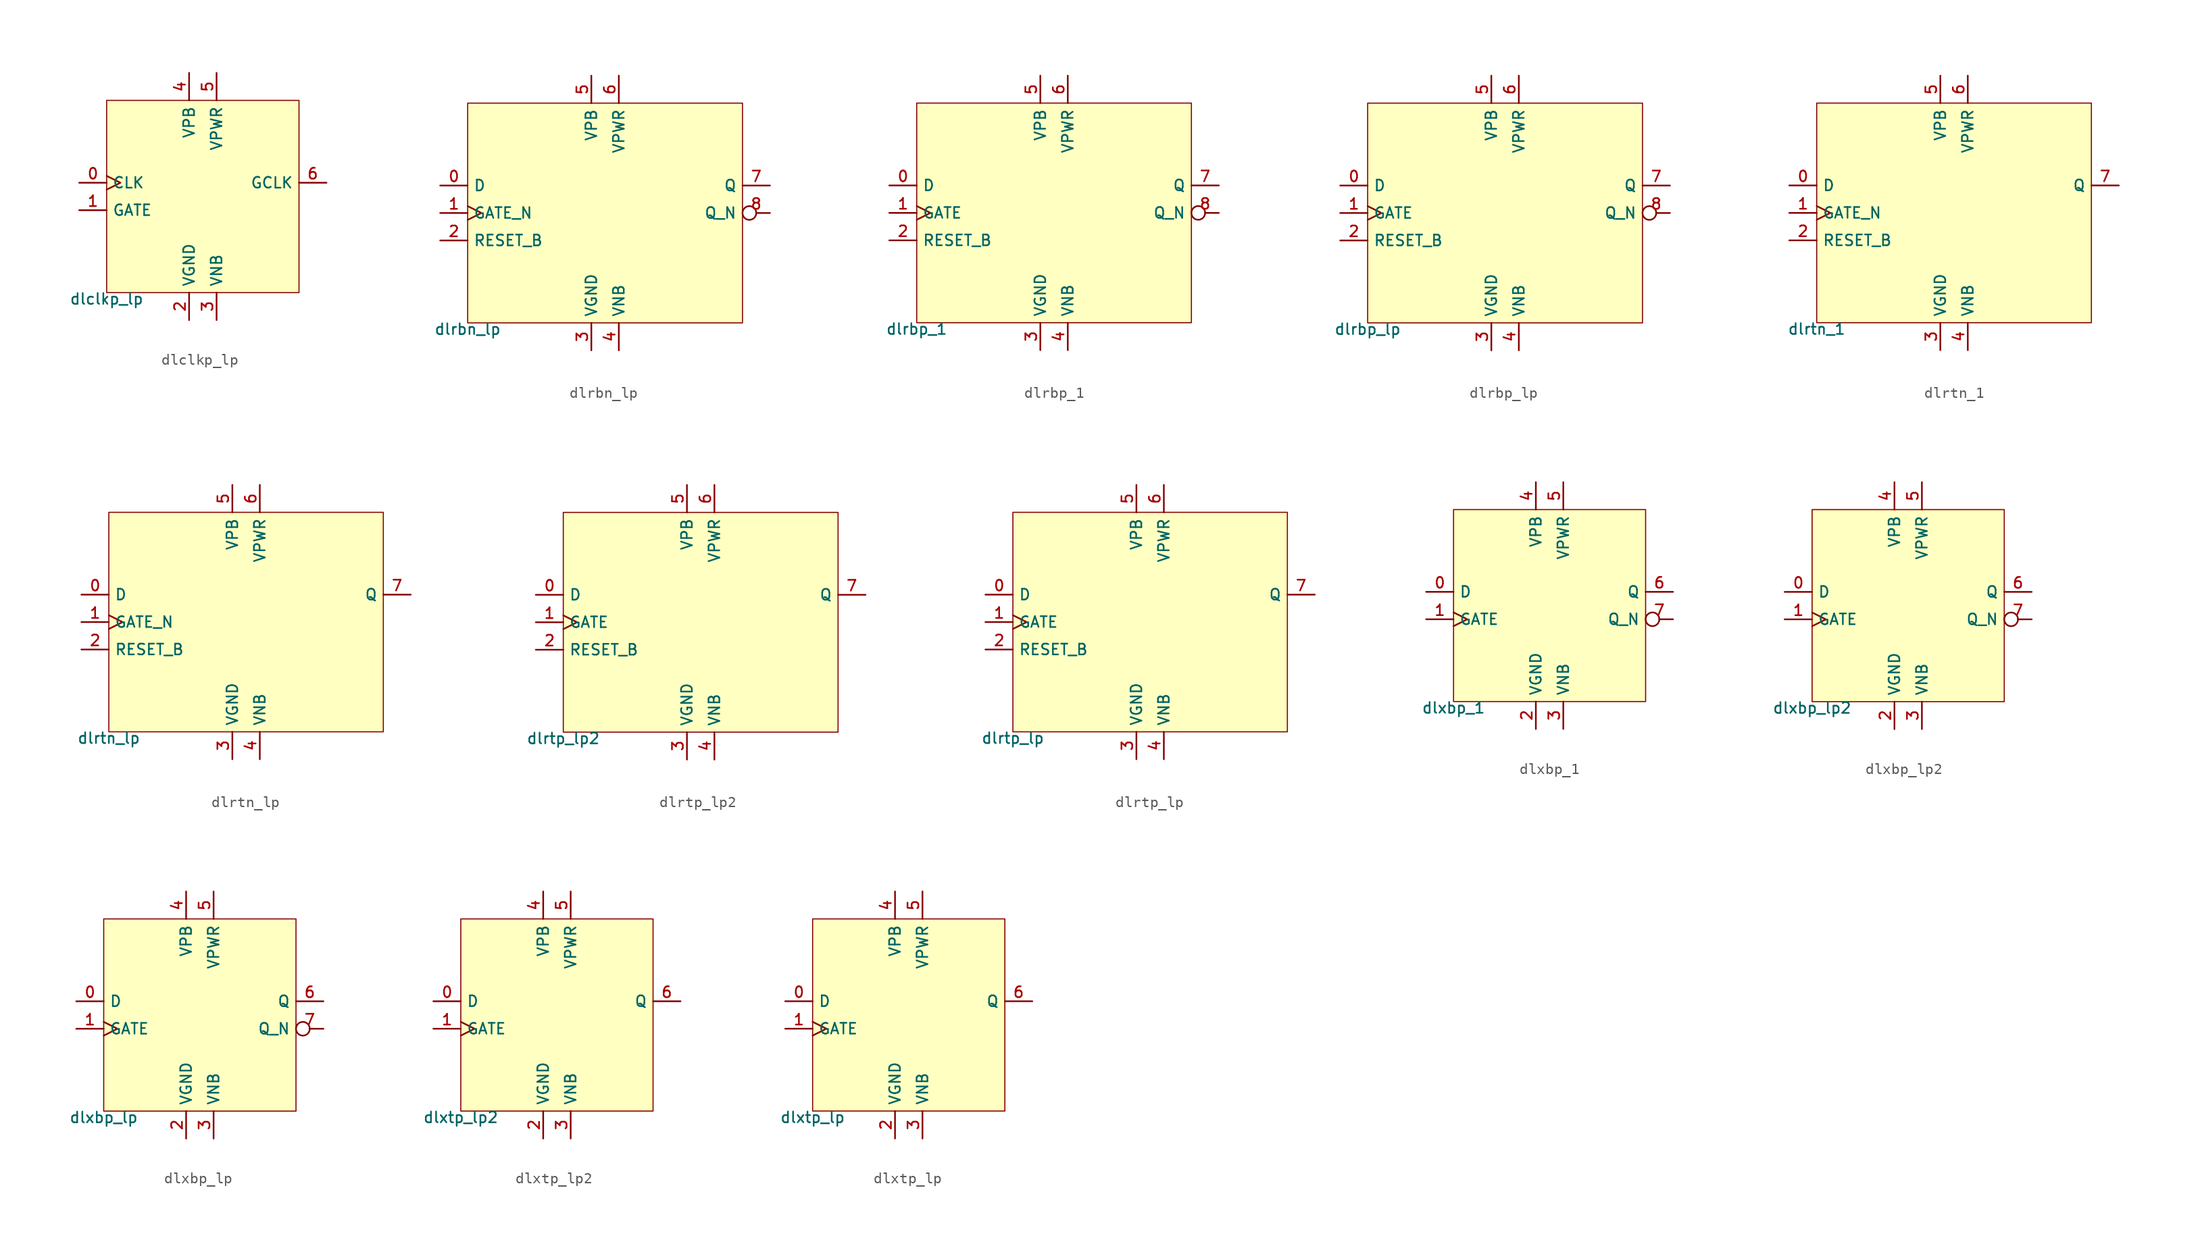
<source format=kicad_sym>
(kicad_symbol_lib
  (version 20211014)
  (generator pdk2kicad)
  (symbol "dlclkp_lp"
    (property "Reference" "X"
      (at 0 0 0)
      (effects (font (size 1 1)) hide))
    (property "Value" "dlclkp_lp"
      (at -8.89 -8.89 0)
      (effects (font (size 1 1)) (justify top)))
    (rectangle
      (start -8.89 -8.89)
      (end 8.89 8.89)
      (stroke (width 0.1) (type solid) (color 0 0 0 0))
      (fill (type background)))
    (pin input clock
      (at -11.43 1.27 0)
      (length 2.54)
      (name "CLK" (effects (font (size 1 1)) hide))
      (number "0" (effects (font (size 1 1)) hide)))
    (pin input line
      (at -11.43 -1.27 0)
      (length 2.54)
      (name "GATE" (effects (font (size 1 1)) hide))
      (number "1" (effects (font (size 1 1)) hide)))
    (pin power_in line
      (at -1.27 -11.43 90)
      (length 2.54)
      (name "VGND" (effects (font (size 1 1)) hide))
      (number "2" (effects (font (size 1 1)) hide)))
    (pin power_in line
      (at 1.27 -11.43 90)
      (length 2.54)
      (name "VNB" (effects (font (size 1 1)) hide))
      (number "3" (effects (font (size 1 1)) hide)))
    (pin power_in line
      (at -1.27 11.43 270)
      (length 2.54)
      (name "VPB" (effects (font (size 1 1)) hide))
      (number "4" (effects (font (size 1 1)) hide)))
    (pin power_in line
      (at 1.27 11.43 270)
      (length 2.54)
      (name "VPWR" (effects (font (size 1 1)) hide))
      (number "5" (effects (font (size 1 1)) hide)))
    (pin output line
      (at 11.43 1.27 180)
      (length 2.54)
      (name "GCLK" (effects (font (size 1 1)) hide))
      (number "6" (effects (font (size 1 1)) hide))))
  (symbol "dlrbn_lp"
    (property "Reference" "X"
      (at 0 0 0)
      (effects (font (size 1 1)) hide))
    (property "Value" "dlrbn_lp"
      (at -12.7 -10.16 0)
      (effects (font (size 1 1)) (justify top)))
    (rectangle
      (start -12.7 -10.16)
      (end 12.7 10.16)
      (stroke (width 0.1) (type solid) (color 0 0 0 0))
      (fill (type background)))
    (pin input line
      (at -15.24 2.54 0)
      (length 2.54)
      (name "D" (effects (font (size 1 1)) hide))
      (number "0" (effects (font (size 1 1)) hide)))
    (pin input clock
      (at -15.24 0.0 0)
      (length 2.54)
      (name "GATE_N" (effects (font (size 1 1)) hide))
      (number "1" (effects (font (size 1 1)) hide)))
    (pin input line
      (at -15.24 -2.54 0)
      (length 2.54)
      (name "RESET_B" (effects (font (size 1 1)) hide))
      (number "2" (effects (font (size 1 1)) hide)))
    (pin power_in line
      (at -1.27 -12.7 90)
      (length 2.54)
      (name "VGND" (effects (font (size 1 1)) hide))
      (number "3" (effects (font (size 1 1)) hide)))
    (pin power_in line
      (at 1.27 -12.7 90)
      (length 2.54)
      (name "VNB" (effects (font (size 1 1)) hide))
      (number "4" (effects (font (size 1 1)) hide)))
    (pin power_in line
      (at -1.27 12.7 270)
      (length 2.54)
      (name "VPB" (effects (font (size 1 1)) hide))
      (number "5" (effects (font (size 1 1)) hide)))
    (pin power_in line
      (at 1.27 12.7 270)
      (length 2.54)
      (name "VPWR" (effects (font (size 1 1)) hide))
      (number "6" (effects (font (size 1 1)) hide)))
    (pin output line
      (at 15.24 2.54 180)
      (length 2.54)
      (name "Q" (effects (font (size 1 1)) hide))
      (number "7" (effects (font (size 1 1)) hide)))
    (pin output inverted
      (at 15.24 0.0 180)
      (length 2.54)
      (name "Q_N" (effects (font (size 1 1)) hide))
      (number "8" (effects (font (size 1 1)) hide))))
  (symbol "dlrbp_1"
    (property "Reference" "X"
      (at 0 0 0)
      (effects (font (size 1 1)) hide))
    (property "Value" "dlrbp_1"
      (at -12.7 -10.16 0)
      (effects (font (size 1 1)) (justify top)))
    (rectangle
      (start -12.7 -10.16)
      (end 12.7 10.16)
      (stroke (width 0.1) (type solid) (color 0 0 0 0))
      (fill (type background)))
    (pin input line
      (at -15.24 2.54 0)
      (length 2.54)
      (name "D" (effects (font (size 1 1)) hide))
      (number "0" (effects (font (size 1 1)) hide)))
    (pin input clock
      (at -15.24 0.0 0)
      (length 2.54)
      (name "GATE" (effects (font (size 1 1)) hide))
      (number "1" (effects (font (size 1 1)) hide)))
    (pin input line
      (at -15.24 -2.54 0)
      (length 2.54)
      (name "RESET_B" (effects (font (size 1 1)) hide))
      (number "2" (effects (font (size 1 1)) hide)))
    (pin power_in line
      (at -1.27 -12.7 90)
      (length 2.54)
      (name "VGND" (effects (font (size 1 1)) hide))
      (number "3" (effects (font (size 1 1)) hide)))
    (pin power_in line
      (at 1.27 -12.7 90)
      (length 2.54)
      (name "VNB" (effects (font (size 1 1)) hide))
      (number "4" (effects (font (size 1 1)) hide)))
    (pin power_in line
      (at -1.27 12.7 270)
      (length 2.54)
      (name "VPB" (effects (font (size 1 1)) hide))
      (number "5" (effects (font (size 1 1)) hide)))
    (pin power_in line
      (at 1.27 12.7 270)
      (length 2.54)
      (name "VPWR" (effects (font (size 1 1)) hide))
      (number "6" (effects (font (size 1 1)) hide)))
    (pin output line
      (at 15.24 2.54 180)
      (length 2.54)
      (name "Q" (effects (font (size 1 1)) hide))
      (number "7" (effects (font (size 1 1)) hide)))
    (pin output inverted
      (at 15.24 0.0 180)
      (length 2.54)
      (name "Q_N" (effects (font (size 1 1)) hide))
      (number "8" (effects (font (size 1 1)) hide))))
  (symbol "dlrbp_lp"
    (property "Reference" "X"
      (at 0 0 0)
      (effects (font (size 1 1)) hide))
    (property "Value" "dlrbp_lp"
      (at -12.7 -10.16 0)
      (effects (font (size 1 1)) (justify top)))
    (rectangle
      (start -12.7 -10.16)
      (end 12.7 10.16)
      (stroke (width 0.1) (type solid) (color 0 0 0 0))
      (fill (type background)))
    (pin input line
      (at -15.24 2.54 0)
      (length 2.54)
      (name "D" (effects (font (size 1 1)) hide))
      (number "0" (effects (font (size 1 1)) hide)))
    (pin input clock
      (at -15.24 0.0 0)
      (length 2.54)
      (name "GATE" (effects (font (size 1 1)) hide))
      (number "1" (effects (font (size 1 1)) hide)))
    (pin input line
      (at -15.24 -2.54 0)
      (length 2.54)
      (name "RESET_B" (effects (font (size 1 1)) hide))
      (number "2" (effects (font (size 1 1)) hide)))
    (pin power_in line
      (at -1.27 -12.7 90)
      (length 2.54)
      (name "VGND" (effects (font (size 1 1)) hide))
      (number "3" (effects (font (size 1 1)) hide)))
    (pin power_in line
      (at 1.27 -12.7 90)
      (length 2.54)
      (name "VNB" (effects (font (size 1 1)) hide))
      (number "4" (effects (font (size 1 1)) hide)))
    (pin power_in line
      (at -1.27 12.7 270)
      (length 2.54)
      (name "VPB" (effects (font (size 1 1)) hide))
      (number "5" (effects (font (size 1 1)) hide)))
    (pin power_in line
      (at 1.27 12.7 270)
      (length 2.54)
      (name "VPWR" (effects (font (size 1 1)) hide))
      (number "6" (effects (font (size 1 1)) hide)))
    (pin output line
      (at 15.24 2.54 180)
      (length 2.54)
      (name "Q" (effects (font (size 1 1)) hide))
      (number "7" (effects (font (size 1 1)) hide)))
    (pin output inverted
      (at 15.24 0.0 180)
      (length 2.54)
      (name "Q_N" (effects (font (size 1 1)) hide))
      (number "8" (effects (font (size 1 1)) hide))))
  (symbol "dlrtn_1"
    (property "Reference" "X"
      (at 0 0 0)
      (effects (font (size 1 1)) hide))
    (property "Value" "dlrtn_1"
      (at -12.7 -10.16 0)
      (effects (font (size 1 1)) (justify top)))
    (rectangle
      (start -12.7 -10.16)
      (end 12.7 10.16)
      (stroke (width 0.1) (type solid) (color 0 0 0 0))
      (fill (type background)))
    (pin input line
      (at -15.24 2.54 0)
      (length 2.54)
      (name "D" (effects (font (size 1 1)) hide))
      (number "0" (effects (font (size 1 1)) hide)))
    (pin input clock
      (at -15.24 0.0 0)
      (length 2.54)
      (name "GATE_N" (effects (font (size 1 1)) hide))
      (number "1" (effects (font (size 1 1)) hide)))
    (pin input line
      (at -15.24 -2.54 0)
      (length 2.54)
      (name "RESET_B" (effects (font (size 1 1)) hide))
      (number "2" (effects (font (size 1 1)) hide)))
    (pin power_in line
      (at -1.27 -12.7 90)
      (length 2.54)
      (name "VGND" (effects (font (size 1 1)) hide))
      (number "3" (effects (font (size 1 1)) hide)))
    (pin power_in line
      (at 1.27 -12.7 90)
      (length 2.54)
      (name "VNB" (effects (font (size 1 1)) hide))
      (number "4" (effects (font (size 1 1)) hide)))
    (pin power_in line
      (at -1.27 12.7 270)
      (length 2.54)
      (name "VPB" (effects (font (size 1 1)) hide))
      (number "5" (effects (font (size 1 1)) hide)))
    (pin power_in line
      (at 1.27 12.7 270)
      (length 2.54)
      (name "VPWR" (effects (font (size 1 1)) hide))
      (number "6" (effects (font (size 1 1)) hide)))
    (pin output line
      (at 15.24 2.54 180)
      (length 2.54)
      (name "Q" (effects (font (size 1 1)) hide))
      (number "7" (effects (font (size 1 1)) hide))))
  (symbol "dlrtn_lp"
    (property "Reference" "X"
      (at 0 0 0)
      (effects (font (size 1 1)) hide))
    (property "Value" "dlrtn_lp"
      (at -12.7 -10.16 0)
      (effects (font (size 1 1)) (justify top)))
    (rectangle
      (start -12.7 -10.16)
      (end 12.7 10.16)
      (stroke (width 0.1) (type solid) (color 0 0 0 0))
      (fill (type background)))
    (pin input line
      (at -15.24 2.54 0)
      (length 2.54)
      (name "D" (effects (font (size 1 1)) hide))
      (number "0" (effects (font (size 1 1)) hide)))
    (pin input clock
      (at -15.24 0.0 0)
      (length 2.54)
      (name "GATE_N" (effects (font (size 1 1)) hide))
      (number "1" (effects (font (size 1 1)) hide)))
    (pin input line
      (at -15.24 -2.54 0)
      (length 2.54)
      (name "RESET_B" (effects (font (size 1 1)) hide))
      (number "2" (effects (font (size 1 1)) hide)))
    (pin power_in line
      (at -1.27 -12.7 90)
      (length 2.54)
      (name "VGND" (effects (font (size 1 1)) hide))
      (number "3" (effects (font (size 1 1)) hide)))
    (pin power_in line
      (at 1.27 -12.7 90)
      (length 2.54)
      (name "VNB" (effects (font (size 1 1)) hide))
      (number "4" (effects (font (size 1 1)) hide)))
    (pin power_in line
      (at -1.27 12.7 270)
      (length 2.54)
      (name "VPB" (effects (font (size 1 1)) hide))
      (number "5" (effects (font (size 1 1)) hide)))
    (pin power_in line
      (at 1.27 12.7 270)
      (length 2.54)
      (name "VPWR" (effects (font (size 1 1)) hide))
      (number "6" (effects (font (size 1 1)) hide)))
    (pin output line
      (at 15.24 2.54 180)
      (length 2.54)
      (name "Q" (effects (font (size 1 1)) hide))
      (number "7" (effects (font (size 1 1)) hide))))
  (symbol "dlrtp_lp2"
    (property "Reference" "X"
      (at 0 0 0)
      (effects (font (size 1 1)) hide))
    (property "Value" "dlrtp_lp2"
      (at -12.7 -10.16 0)
      (effects (font (size 1 1)) (justify top)))
    (rectangle
      (start -12.7 -10.16)
      (end 12.7 10.16)
      (stroke (width 0.1) (type solid) (color 0 0 0 0))
      (fill (type background)))
    (pin input line
      (at -15.24 2.54 0)
      (length 2.54)
      (name "D" (effects (font (size 1 1)) hide))
      (number "0" (effects (font (size 1 1)) hide)))
    (pin input clock
      (at -15.24 0.0 0)
      (length 2.54)
      (name "GATE" (effects (font (size 1 1)) hide))
      (number "1" (effects (font (size 1 1)) hide)))
    (pin input line
      (at -15.24 -2.54 0)
      (length 2.54)
      (name "RESET_B" (effects (font (size 1 1)) hide))
      (number "2" (effects (font (size 1 1)) hide)))
    (pin power_in line
      (at -1.27 -12.7 90)
      (length 2.54)
      (name "VGND" (effects (font (size 1 1)) hide))
      (number "3" (effects (font (size 1 1)) hide)))
    (pin power_in line
      (at 1.27 -12.7 90)
      (length 2.54)
      (name "VNB" (effects (font (size 1 1)) hide))
      (number "4" (effects (font (size 1 1)) hide)))
    (pin power_in line
      (at -1.27 12.7 270)
      (length 2.54)
      (name "VPB" (effects (font (size 1 1)) hide))
      (number "5" (effects (font (size 1 1)) hide)))
    (pin power_in line
      (at 1.27 12.7 270)
      (length 2.54)
      (name "VPWR" (effects (font (size 1 1)) hide))
      (number "6" (effects (font (size 1 1)) hide)))
    (pin output line
      (at 15.24 2.54 180)
      (length 2.54)
      (name "Q" (effects (font (size 1 1)) hide))
      (number "7" (effects (font (size 1 1)) hide))))
  (symbol "dlrtp_lp"
    (property "Reference" "X"
      (at 0 0 0)
      (effects (font (size 1 1)) hide))
    (property "Value" "dlrtp_lp"
      (at -12.7 -10.16 0)
      (effects (font (size 1 1)) (justify top)))
    (rectangle
      (start -12.7 -10.16)
      (end 12.7 10.16)
      (stroke (width 0.1) (type solid) (color 0 0 0 0))
      (fill (type background)))
    (pin input line
      (at -15.24 2.54 0)
      (length 2.54)
      (name "D" (effects (font (size 1 1)) hide))
      (number "0" (effects (font (size 1 1)) hide)))
    (pin input clock
      (at -15.24 0.0 0)
      (length 2.54)
      (name "GATE" (effects (font (size 1 1)) hide))
      (number "1" (effects (font (size 1 1)) hide)))
    (pin input line
      (at -15.24 -2.54 0)
      (length 2.54)
      (name "RESET_B" (effects (font (size 1 1)) hide))
      (number "2" (effects (font (size 1 1)) hide)))
    (pin power_in line
      (at -1.27 -12.7 90)
      (length 2.54)
      (name "VGND" (effects (font (size 1 1)) hide))
      (number "3" (effects (font (size 1 1)) hide)))
    (pin power_in line
      (at 1.27 -12.7 90)
      (length 2.54)
      (name "VNB" (effects (font (size 1 1)) hide))
      (number "4" (effects (font (size 1 1)) hide)))
    (pin power_in line
      (at -1.27 12.7 270)
      (length 2.54)
      (name "VPB" (effects (font (size 1 1)) hide))
      (number "5" (effects (font (size 1 1)) hide)))
    (pin power_in line
      (at 1.27 12.7 270)
      (length 2.54)
      (name "VPWR" (effects (font (size 1 1)) hide))
      (number "6" (effects (font (size 1 1)) hide)))
    (pin output line
      (at 15.24 2.54 180)
      (length 2.54)
      (name "Q" (effects (font (size 1 1)) hide))
      (number "7" (effects (font (size 1 1)) hide))))
  (symbol "dlxbp_1"
    (property "Reference" "X"
      (at 0 0 0)
      (effects (font (size 1 1)) hide))
    (property "Value" "dlxbp_1"
      (at -8.89 -8.89 0)
      (effects (font (size 1 1)) (justify top)))
    (rectangle
      (start -8.89 -8.89)
      (end 8.89 8.89)
      (stroke (width 0.1) (type solid) (color 0 0 0 0))
      (fill (type background)))
    (pin input line
      (at -11.43 1.27 0)
      (length 2.54)
      (name "D" (effects (font (size 1 1)) hide))
      (number "0" (effects (font (size 1 1)) hide)))
    (pin input clock
      (at -11.43 -1.27 0)
      (length 2.54)
      (name "GATE" (effects (font (size 1 1)) hide))
      (number "1" (effects (font (size 1 1)) hide)))
    (pin power_in line
      (at -1.27 -11.43 90)
      (length 2.54)
      (name "VGND" (effects (font (size 1 1)) hide))
      (number "2" (effects (font (size 1 1)) hide)))
    (pin power_in line
      (at 1.27 -11.43 90)
      (length 2.54)
      (name "VNB" (effects (font (size 1 1)) hide))
      (number "3" (effects (font (size 1 1)) hide)))
    (pin power_in line
      (at -1.27 11.43 270)
      (length 2.54)
      (name "VPB" (effects (font (size 1 1)) hide))
      (number "4" (effects (font (size 1 1)) hide)))
    (pin power_in line
      (at 1.27 11.43 270)
      (length 2.54)
      (name "VPWR" (effects (font (size 1 1)) hide))
      (number "5" (effects (font (size 1 1)) hide)))
    (pin output line
      (at 11.43 1.27 180)
      (length 2.54)
      (name "Q" (effects (font (size 1 1)) hide))
      (number "6" (effects (font (size 1 1)) hide)))
    (pin output inverted
      (at 11.43 -1.27 180)
      (length 2.54)
      (name "Q_N" (effects (font (size 1 1)) hide))
      (number "7" (effects (font (size 1 1)) hide))))
  (symbol "dlxbp_lp2"
    (property "Reference" "X"
      (at 0 0 0)
      (effects (font (size 1 1)) hide))
    (property "Value" "dlxbp_lp2"
      (at -8.89 -8.89 0)
      (effects (font (size 1 1)) (justify top)))
    (rectangle
      (start -8.89 -8.89)
      (end 8.89 8.89)
      (stroke (width 0.1) (type solid) (color 0 0 0 0))
      (fill (type background)))
    (pin input line
      (at -11.43 1.27 0)
      (length 2.54)
      (name "D" (effects (font (size 1 1)) hide))
      (number "0" (effects (font (size 1 1)) hide)))
    (pin input clock
      (at -11.43 -1.27 0)
      (length 2.54)
      (name "GATE" (effects (font (size 1 1)) hide))
      (number "1" (effects (font (size 1 1)) hide)))
    (pin power_in line
      (at -1.27 -11.43 90)
      (length 2.54)
      (name "VGND" (effects (font (size 1 1)) hide))
      (number "2" (effects (font (size 1 1)) hide)))
    (pin power_in line
      (at 1.27 -11.43 90)
      (length 2.54)
      (name "VNB" (effects (font (size 1 1)) hide))
      (number "3" (effects (font (size 1 1)) hide)))
    (pin power_in line
      (at -1.27 11.43 270)
      (length 2.54)
      (name "VPB" (effects (font (size 1 1)) hide))
      (number "4" (effects (font (size 1 1)) hide)))
    (pin power_in line
      (at 1.27 11.43 270)
      (length 2.54)
      (name "VPWR" (effects (font (size 1 1)) hide))
      (number "5" (effects (font (size 1 1)) hide)))
    (pin output line
      (at 11.43 1.27 180)
      (length 2.54)
      (name "Q" (effects (font (size 1 1)) hide))
      (number "6" (effects (font (size 1 1)) hide)))
    (pin output inverted
      (at 11.43 -1.27 180)
      (length 2.54)
      (name "Q_N" (effects (font (size 1 1)) hide))
      (number "7" (effects (font (size 1 1)) hide))))
  (symbol "dlxbp_lp"
    (property "Reference" "X"
      (at 0 0 0)
      (effects (font (size 1 1)) hide))
    (property "Value" "dlxbp_lp"
      (at -8.89 -8.89 0)
      (effects (font (size 1 1)) (justify top)))
    (rectangle
      (start -8.89 -8.89)
      (end 8.89 8.89)
      (stroke (width 0.1) (type solid) (color 0 0 0 0))
      (fill (type background)))
    (pin input line
      (at -11.43 1.27 0)
      (length 2.54)
      (name "D" (effects (font (size 1 1)) hide))
      (number "0" (effects (font (size 1 1)) hide)))
    (pin input clock
      (at -11.43 -1.27 0)
      (length 2.54)
      (name "GATE" (effects (font (size 1 1)) hide))
      (number "1" (effects (font (size 1 1)) hide)))
    (pin power_in line
      (at -1.27 -11.43 90)
      (length 2.54)
      (name "VGND" (effects (font (size 1 1)) hide))
      (number "2" (effects (font (size 1 1)) hide)))
    (pin power_in line
      (at 1.27 -11.43 90)
      (length 2.54)
      (name "VNB" (effects (font (size 1 1)) hide))
      (number "3" (effects (font (size 1 1)) hide)))
    (pin power_in line
      (at -1.27 11.43 270)
      (length 2.54)
      (name "VPB" (effects (font (size 1 1)) hide))
      (number "4" (effects (font (size 1 1)) hide)))
    (pin power_in line
      (at 1.27 11.43 270)
      (length 2.54)
      (name "VPWR" (effects (font (size 1 1)) hide))
      (number "5" (effects (font (size 1 1)) hide)))
    (pin output line
      (at 11.43 1.27 180)
      (length 2.54)
      (name "Q" (effects (font (size 1 1)) hide))
      (number "6" (effects (font (size 1 1)) hide)))
    (pin output inverted
      (at 11.43 -1.27 180)
      (length 2.54)
      (name "Q_N" (effects (font (size 1 1)) hide))
      (number "7" (effects (font (size 1 1)) hide))))
  (symbol "dlxtp_lp2"
    (property "Reference" "X"
      (at 0 0 0)
      (effects (font (size 1 1)) hide))
    (property "Value" "dlxtp_lp2"
      (at -8.89 -8.89 0)
      (effects (font (size 1 1)) (justify top)))
    (rectangle
      (start -8.89 -8.89)
      (end 8.89 8.89)
      (stroke (width 0.1) (type solid) (color 0 0 0 0))
      (fill (type background)))
    (pin input line
      (at -11.43 1.27 0)
      (length 2.54)
      (name "D" (effects (font (size 1 1)) hide))
      (number "0" (effects (font (size 1 1)) hide)))
    (pin input clock
      (at -11.43 -1.27 0)
      (length 2.54)
      (name "GATE" (effects (font (size 1 1)) hide))
      (number "1" (effects (font (size 1 1)) hide)))
    (pin power_in line
      (at -1.27 -11.43 90)
      (length 2.54)
      (name "VGND" (effects (font (size 1 1)) hide))
      (number "2" (effects (font (size 1 1)) hide)))
    (pin power_in line
      (at 1.27 -11.43 90)
      (length 2.54)
      (name "VNB" (effects (font (size 1 1)) hide))
      (number "3" (effects (font (size 1 1)) hide)))
    (pin power_in line
      (at -1.27 11.43 270)
      (length 2.54)
      (name "VPB" (effects (font (size 1 1)) hide))
      (number "4" (effects (font (size 1 1)) hide)))
    (pin power_in line
      (at 1.27 11.43 270)
      (length 2.54)
      (name "VPWR" (effects (font (size 1 1)) hide))
      (number "5" (effects (font (size 1 1)) hide)))
    (pin output line
      (at 11.43 1.27 180)
      (length 2.54)
      (name "Q" (effects (font (size 1 1)) hide))
      (number "6" (effects (font (size 1 1)) hide))))
  (symbol "dlxtp_lp"
    (property "Reference" "X"
      (at 0 0 0)
      (effects (font (size 1 1)) hide))
    (property "Value" "dlxtp_lp"
      (at -8.89 -8.89 0)
      (effects (font (size 1 1)) (justify top)))
    (rectangle
      (start -8.89 -8.89)
      (end 8.89 8.89)
      (stroke (width 0.1) (type solid) (color 0 0 0 0))
      (fill (type background)))
    (pin input line
      (at -11.43 1.27 0)
      (length 2.54)
      (name "D" (effects (font (size 1 1)) hide))
      (number "0" (effects (font (size 1 1)) hide)))
    (pin input clock
      (at -11.43 -1.27 0)
      (length 2.54)
      (name "GATE" (effects (font (size 1 1)) hide))
      (number "1" (effects (font (size 1 1)) hide)))
    (pin power_in line
      (at -1.27 -11.43 90)
      (length 2.54)
      (name "VGND" (effects (font (size 1 1)) hide))
      (number "2" (effects (font (size 1 1)) hide)))
    (pin power_in line
      (at 1.27 -11.43 90)
      (length 2.54)
      (name "VNB" (effects (font (size 1 1)) hide))
      (number "3" (effects (font (size 1 1)) hide)))
    (pin power_in line
      (at -1.27 11.43 270)
      (length 2.54)
      (name "VPB" (effects (font (size 1 1)) hide))
      (number "4" (effects (font (size 1 1)) hide)))
    (pin power_in line
      (at 1.27 11.43 270)
      (length 2.54)
      (name "VPWR" (effects (font (size 1 1)) hide))
      (number "5" (effects (font (size 1 1)) hide)))
    (pin output line
      (at 11.43 1.27 180)
      (length 2.54)
      (name "Q" (effects (font (size 1 1)) hide))
      (number "6" (effects (font (size 1 1)) hide)))))
</source>
